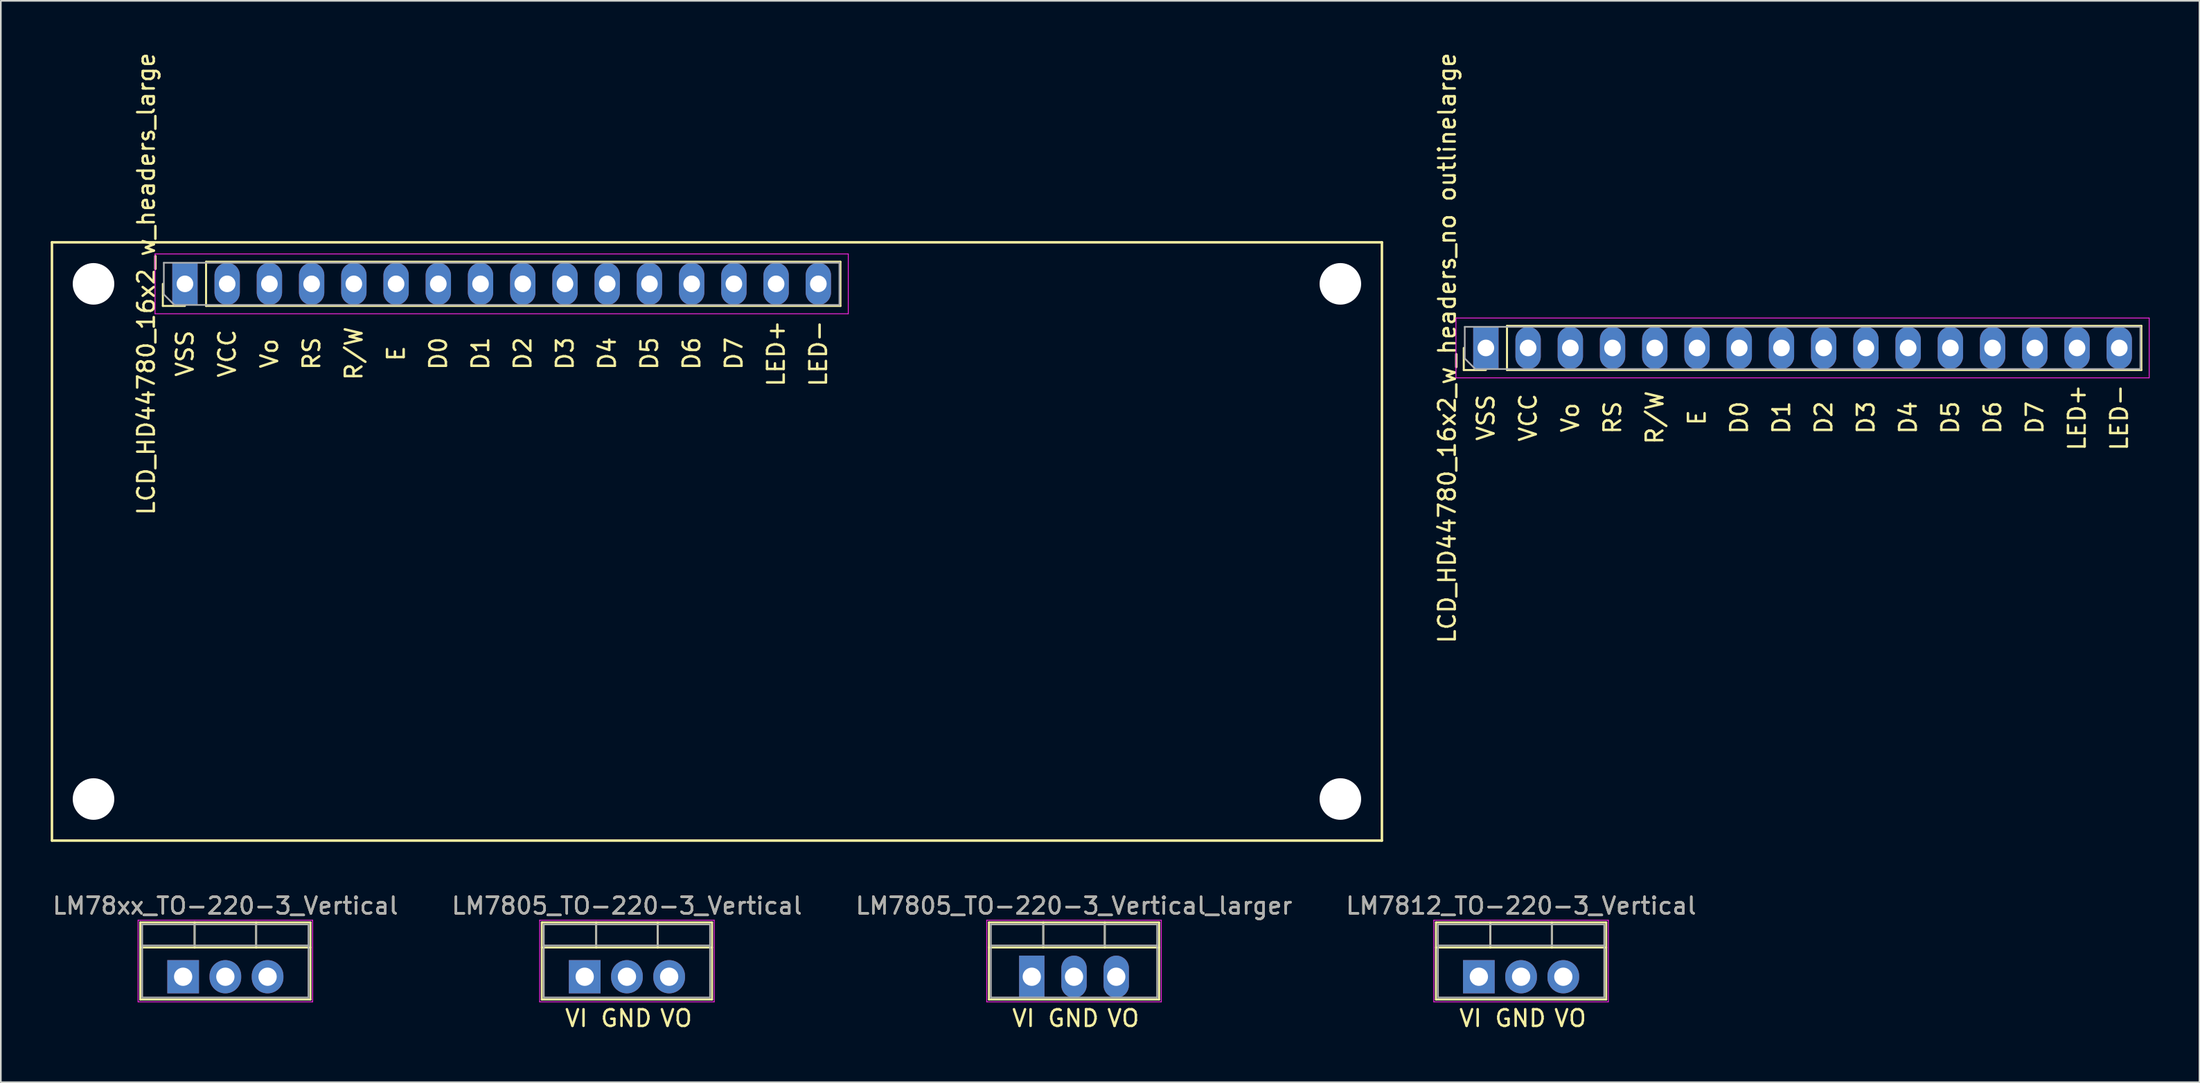
<source format=kicad_pcb>
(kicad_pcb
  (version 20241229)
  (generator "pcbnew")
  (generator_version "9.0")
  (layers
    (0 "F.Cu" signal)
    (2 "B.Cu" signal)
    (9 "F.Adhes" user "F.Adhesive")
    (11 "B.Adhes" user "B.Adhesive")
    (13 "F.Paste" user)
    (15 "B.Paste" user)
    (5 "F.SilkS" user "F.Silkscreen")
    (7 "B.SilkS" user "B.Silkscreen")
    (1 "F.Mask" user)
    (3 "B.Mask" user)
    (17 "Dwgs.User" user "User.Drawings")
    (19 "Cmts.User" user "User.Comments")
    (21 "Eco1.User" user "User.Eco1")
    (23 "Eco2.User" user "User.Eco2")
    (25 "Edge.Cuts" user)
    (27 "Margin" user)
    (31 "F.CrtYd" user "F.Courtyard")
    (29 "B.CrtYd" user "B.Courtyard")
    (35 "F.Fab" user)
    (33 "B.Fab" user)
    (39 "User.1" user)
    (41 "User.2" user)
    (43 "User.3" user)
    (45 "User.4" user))
  (footprint "LCD_HD44780_16x2_w_headers_no outlinelarge"
    (layer "F.Cu")
    (at 86.328 17.887)
    (property "Reference" "LCD_HD44780_16x2_w_headers_no outlinelarge" (at -2.33 0 90) (layer "F.SilkS") (effects (font (size 1 1) (thickness 0.15))))
    (attr through_hole)
    (fp_line (start -1.33 1.33) (end -1.33 0) (stroke (width 0.12) (type solid)) (layer "F.SilkS"))
    (fp_line (start 0 1.33) (end -1.33 1.33) (stroke (width 0.12) (type solid)) (layer "F.SilkS"))
    (fp_line (start 1.27 -1.33) (end 39.43 -1.33) (stroke (width 0.12) (type solid)) (layer "F.SilkS"))
    (fp_line (start 1.27 1.33) (end 1.27 -1.33) (stroke (width 0.12) (type solid)) (layer "F.SilkS"))
    (fp_line (start 1.27 1.33) (end 39.43 1.33) (stroke (width 0.12) (type solid)) (layer "F.SilkS"))
    (fp_line (start 39.43 1.33) (end 39.43 -1.33) (stroke (width 0.12) (type solid)) (layer "F.SilkS"))
    (fp_line (start -1.8 -1.8) (end -1.8 1.8) (stroke (width 0.05) (type solid)) (layer "F.CrtYd"))
    (fp_line (start -1.8 1.8) (end 39.9 1.8) (stroke (width 0.05) (type solid)) (layer "F.CrtYd"))
    (fp_line (start 39.9 -1.8) (end -1.8 -1.8) (stroke (width 0.05) (type solid)) (layer "F.CrtYd"))
    (fp_line (start 39.9 1.8) (end 39.9 -1.8) (stroke (width 0.05) (type solid)) (layer "F.CrtYd"))
    (fp_line (start -1.27 -1.27) (end 39.37 -1.27) (stroke (width 0.1) (type solid)) (layer "F.Fab"))
    (fp_line (start -1.27 0.635) (end -1.27 -1.27) (stroke (width 0.1) (type solid)) (layer "F.Fab"))
    (fp_line (start -0.635 1.27) (end -1.27 0.635) (stroke (width 0.1) (type solid)) (layer "F.Fab"))
    (fp_line (start 39.37 -1.27) (end 39.37 1.27) (stroke (width 0.1) (type solid)) (layer "F.Fab"))
    (fp_line (start 39.37 1.27) (end -0.635 1.27) (stroke (width 0.1) (type solid)) (layer "F.Fab"))
    (fp_text user "Vo" (at 5.08 4.19 90) (layer "F.SilkS") (effects (font (size 1 1) (thickness 0.15))))
    (fp_text user "D5" (at 27.94 4.19 90) (layer "F.SilkS") (effects (font (size 1 1) (thickness 0.15))))
    (fp_text user "E" (at 12.7 4.19 90) (layer "F.SilkS") (effects (font (size 1 1) (thickness 0.15))))
    (fp_text user "D2" (at 20.32 4.19 90) (layer "F.SilkS") (effects (font (size 1 1) (thickness 0.15))))
    (fp_text user "D4" (at 25.4 4.19 90) (layer "F.SilkS") (effects (font (size 1 1) (thickness 0.15))))
    (fp_text user "D7" (at 33.02 4.19 90) (layer "F.SilkS") (effects (font (size 1 1) (thickness 0.15))))
    (fp_text user "LED+" (at 35.56 4.19 90) (layer "F.SilkS") (effects (font (size 1 1) (thickness 0.15))))
    (fp_text user "D0" (at 15.24 4.19 90) (layer "F.SilkS") (effects (font (size 1 1) (thickness 0.15))))
    (fp_text user "RS" (at 7.62 4.19 90) (layer "F.SilkS") (effects (font (size 1 1) (thickness 0.15))))
    (fp_text user "LED-" (at 38.1 4.19 90) (layer "F.SilkS") (effects (font (size 1 1) (thickness 0.15))))
    (fp_text user "R/W" (at 10.16 4.19 90) (layer "F.SilkS") (effects (font (size 1 1) (thickness 0.15))))
    (fp_text user "VSS" (at 0 4.19 90) (layer "F.SilkS") (effects (font (size 1 1) (thickness 0.15))))
    (fp_text user "VCC" (at 2.54 4.19 90) (layer "F.SilkS") (effects (font (size 1 1) (thickness 0.15))))
    (fp_text user "D6" (at 30.48 4.19 90) (layer "F.SilkS") (effects (font (size 1 1) (thickness 0.15))))
    (fp_text user "D1" (at 17.78 4.19 90) (layer "F.SilkS") (effects (font (size 1 1) (thickness 0.15))))
    (fp_text user "D3" (at 22.86 4.19 90) (layer "F.SilkS") (effects (font (size 1 1) (thickness 0.15))))
    (pad "1" thru_hole rect (at 0 0 90) (size 2.54 1.524) (drill 1) (layers "*.Cu" "*.Mask"))
    (pad "2" thru_hole oval (at 2.54 0 90) (size 2.54 1.524) (drill 1) (layers "*.Cu" "*.Mask"))
    (pad "3" thru_hole oval (at 5.08 0 90) (size 2.54 1.524) (drill 1) (layers "*.Cu" "*.Mask"))
    (pad "4" thru_hole oval (at 7.62 0 90) (size 2.54 1.524) (drill 1) (layers "*.Cu" "*.Mask"))
    (pad "5" thru_hole oval (at 10.16 0 90) (size 2.54 1.524) (drill 1) (layers "*.Cu" "*.Mask"))
    (pad "6" thru_hole oval (at 12.7 0 90) (size 2.54 1.524) (drill 1) (layers "*.Cu" "*.Mask"))
    (pad "7" thru_hole oval (at 15.24 0 90) (size 2.54 1.524) (drill 1) (layers "*.Cu" "*.Mask"))
    (pad "8" thru_hole oval (at 17.78 0 90) (size 2.54 1.524) (drill 1) (layers "*.Cu" "*.Mask"))
    (pad "9" thru_hole oval (at 20.32 0 90) (size 2.54 1.524) (drill 1) (layers "*.Cu" "*.Mask"))
    (pad "10" thru_hole oval (at 22.86 0 90) (size 2.54 1.524) (drill 1) (layers "*.Cu" "*.Mask"))
    (pad "11" thru_hole oval (at 25.4 0 90) (size 2.54 1.524) (drill 1) (layers "*.Cu" "*.Mask"))
    (pad "12" thru_hole oval (at 27.94 0 90) (size 2.54 1.524) (drill 1) (layers "*.Cu" "*.Mask"))
    (pad "13" thru_hole oval (at 30.48 0 90) (size 2.54 1.524) (drill 1) (layers "*.Cu" "*.Mask"))
    (pad "14" thru_hole oval (at 33.02 0 90) (size 2.54 1.524) (drill 1) (layers "*.Cu" "*.Mask"))
    (pad "15" thru_hole oval (at 35.56 0 90) (size 2.54 1.524) (drill 1) (layers "*.Cu" "*.Mask"))
    (pad "16" thru_hole oval (at 38.1 0 90) (size 2.54 1.524) (drill 1) (layers "*.Cu" "*.Mask")))
  (footprint "LM7805_TO-220-3_Vertical_larger"
    (layer "F.Cu")
    (at 59.014 55.723)
    (property "Reference" "LM7805_TO-220-3_Vertical_larger" (at 2.54 -4.27 0) (layer "F.SilkS") (effects (font (size 1 1) (thickness 0.15))))
    (attr through_hole)
    (fp_line (start -2.58 -3.27) (end -2.58 1.371) (stroke (width 0.12) (type solid)) (layer "F.SilkS"))
    (fp_line (start -2.58 -3.27) (end 7.66 -3.27) (stroke (width 0.12) (type solid)) (layer "F.SilkS"))
    (fp_line (start -2.58 -1.76) (end 7.66 -1.76) (stroke (width 0.12) (type solid)) (layer "F.SilkS"))
    (fp_line (start -2.58 1.371) (end 7.66 1.371) (stroke (width 0.12) (type solid)) (layer "F.SilkS"))
    (fp_line (start 0.69 -3.27) (end 0.69 -1.76) (stroke (width 0.12) (type solid)) (layer "F.SilkS"))
    (fp_line (start 4.391 -3.27) (end 4.391 -1.76) (stroke (width 0.12) (type solid)) (layer "F.SilkS"))
    (fp_line (start 7.66 -3.27) (end 7.66 1.371) (stroke (width 0.12) (type solid)) (layer "F.SilkS"))
    (fp_line (start -2.71 -3.4) (end -2.71 1.51) (stroke (width 0.05) (type solid)) (layer "F.CrtYd"))
    (fp_line (start -2.71 1.51) (end 7.79 1.51) (stroke (width 0.05) (type solid)) (layer "F.CrtYd"))
    (fp_line (start 7.79 -3.4) (end -2.71 -3.4) (stroke (width 0.05) (type solid)) (layer "F.CrtYd"))
    (fp_line (start 7.79 1.51) (end 7.79 -3.4) (stroke (width 0.05) (type solid)) (layer "F.CrtYd"))
    (fp_line (start -2.46 -3.15) (end -2.46 1.25) (stroke (width 0.1) (type solid)) (layer "F.Fab"))
    (fp_line (start -2.46 -1.88) (end 7.54 -1.88) (stroke (width 0.1) (type solid)) (layer "F.Fab"))
    (fp_line (start -2.46 1.25) (end 7.54 1.25) (stroke (width 0.1) (type solid)) (layer "F.Fab"))
    (fp_line (start 0.69 -3.15) (end 0.69 -1.88) (stroke (width 0.1) (type solid)) (layer "F.Fab"))
    (fp_line (start 4.39 -3.15) (end 4.39 -1.88) (stroke (width 0.1) (type solid)) (layer "F.Fab"))
    (fp_line (start 7.54 -3.15) (end -2.46 -3.15) (stroke (width 0.1) (type solid)) (layer "F.Fab"))
    (fp_line (start 7.54 1.25) (end 7.54 -3.15) (stroke (width 0.1) (type solid)) (layer "F.Fab"))
    (fp_text user "GND" (at 2.5 2.5 0) (layer "F.SilkS") (effects (font (size 1 1) (thickness 0.15))))
    (fp_text user "VI" (at -0.5 2.5 0) (layer "F.SilkS") (effects (font (size 1 1) (thickness 0.15))))
    (fp_text user "VO" (at 5.5 2.5 0) (layer "F.SilkS") (effects (font (size 1 1) (thickness 0.15))))
    (fp_text user "${REFERENCE}" (at 2.54 -4.27 0) (layer "F.Fab") (effects (font (size 1 1) (thickness 0.15))))
    (pad "1" thru_hole rect (at 0 0) (size 1.524 2.54) (drill 1.1) (layers "*.Cu" "*.Mask"))
    (pad "2" thru_hole oval (at 2.54 0) (size 1.524 2.54) (drill 1.1) (layers "*.Cu" "*.Mask"))
    (pad "3" thru_hole oval (at 5.08 0) (size 1.524 2.54) (drill 1.1) (layers "*.Cu" "*.Mask")))
  (footprint "LCD_HD44780_16x2_w_headers_large"
    (layer "F.Cu")
    (at 8.075 14.03)
    (property "Reference" "LCD_HD44780_16x2_w_headers_large" (at -2.33 0 90) (layer "F.SilkS") (effects (font (size 1 1) (thickness 0.15))))
    (attr through_hole)
    (fp_line (start -8 -2.5) (end -8 33.5) (stroke (width 0.15) (type solid)) (layer "F.SilkS"))
    (fp_line (start -8 33.5) (end 72 33.5) (stroke (width 0.15) (type solid)) (layer "F.SilkS"))
    (fp_line (start -1.33 1.33) (end -1.33 0) (stroke (width 0.12) (type solid)) (layer "F.SilkS"))
    (fp_line (start 0 1.33) (end -1.33 1.33) (stroke (width 0.12) (type solid)) (layer "F.SilkS"))
    (fp_line (start 1.27 -1.33) (end 39.43 -1.33) (stroke (width 0.12) (type solid)) (layer "F.SilkS"))
    (fp_line (start 1.27 1.33) (end 1.27 -1.33) (stroke (width 0.12) (type solid)) (layer "F.SilkS"))
    (fp_line (start 1.27 1.33) (end 39.43 1.33) (stroke (width 0.12) (type solid)) (layer "F.SilkS"))
    (fp_line (start 39.43 1.33) (end 39.43 -1.33) (stroke (width 0.12) (type solid)) (layer "F.SilkS"))
    (fp_line (start 72 -2.5) (end -8 -2.5) (stroke (width 0.15) (type solid)) (layer "F.SilkS"))
    (fp_line (start 72 33.5) (end 72 -2.5) (stroke (width 0.15) (type solid)) (layer "F.SilkS"))
    (fp_line (start -1.8 -1.8) (end -1.8 1.8) (stroke (width 0.05) (type solid)) (layer "F.CrtYd"))
    (fp_line (start -1.8 1.8) (end 39.9 1.8) (stroke (width 0.05) (type solid)) (layer "F.CrtYd"))
    (fp_line (start 39.9 -1.8) (end -1.8 -1.8) (stroke (width 0.05) (type solid)) (layer "F.CrtYd"))
    (fp_line (start 39.9 1.8) (end 39.9 -1.8) (stroke (width 0.05) (type solid)) (layer "F.CrtYd"))
    (fp_line (start -1.27 -1.27) (end 39.37 -1.27) (stroke (width 0.1) (type solid)) (layer "F.Fab"))
    (fp_line (start -1.27 0.635) (end -1.27 -1.27) (stroke (width 0.1) (type solid)) (layer "F.Fab"))
    (fp_line (start -0.635 1.27) (end -1.27 0.635) (stroke (width 0.1) (type solid)) (layer "F.Fab"))
    (fp_line (start 39.37 -1.27) (end 39.37 1.27) (stroke (width 0.1) (type solid)) (layer "F.Fab"))
    (fp_line (start 39.37 1.27) (end -0.635 1.27) (stroke (width 0.1) (type solid)) (layer "F.Fab"))
    (fp_text user "D1" (at 17.78 4.19 90) (layer "F.SilkS") (effects (font (size 1 1) (thickness 0.15))))
    (fp_text user "D5" (at 27.94 4.19 90) (layer "F.SilkS") (effects (font (size 1 1) (thickness 0.15))))
    (fp_text user "E" (at 12.7 4.19 90) (layer "F.SilkS") (effects (font (size 1 1) (thickness 0.15))))
    (fp_text user "RS" (at 7.62 4.19 90) (layer "F.SilkS") (effects (font (size 1 1) (thickness 0.15))))
    (fp_text user "LED-" (at 38.1 4.19 90) (layer "F.SilkS") (effects (font (size 1 1) (thickness 0.15))))
    (fp_text user "VSS" (at 0 4.19 90) (layer "F.SilkS") (effects (font (size 1 1) (thickness 0.15))))
    (fp_text user "R/W" (at 10.16 4.19 90) (layer "F.SilkS") (effects (font (size 1 1) (thickness 0.15))))
    (fp_text user "D2" (at 20.32 4.19 90) (layer "F.SilkS") (effects (font (size 1 1) (thickness 0.15))))
    (fp_text user "D0" (at 15.24 4.19 90) (layer "F.SilkS") (effects (font (size 1 1) (thickness 0.15))))
    (fp_text user "D3" (at 22.86 4.19 90) (layer "F.SilkS") (effects (font (size 1 1) (thickness 0.15))))
    (fp_text user "D7" (at 33.02 4.19 90) (layer "F.SilkS") (effects (font (size 1 1) (thickness 0.15))))
    (fp_text user "LED+" (at 35.56 4.19 90) (layer "F.SilkS") (effects (font (size 1 1) (thickness 0.15))))
    (fp_text user "D6" (at 30.48 4.19 90) (layer "F.SilkS") (effects (font (size 1 1) (thickness 0.15))))
    (fp_text user "VCC" (at 2.54 4.19 90) (layer "F.SilkS") (effects (font (size 1 1) (thickness 0.15))))
    (fp_text user "Vo" (at 5.08 4.19 90) (layer "F.SilkS") (effects (font (size 1 1) (thickness 0.15))))
    (fp_text user "D4" (at 25.4 4.19 90) (layer "F.SilkS") (effects (font (size 1 1) (thickness 0.15))))
    (pad "" np_thru_hole circle (at -5.5 0) (size 2.5 2.5) (drill 2.5) (layers "*.Cu" "*.Mask"))
    (pad "" np_thru_hole circle (at -5.5 31) (size 2.5 2.5) (drill 2.5) (layers "*.Cu" "*.Mask"))
    (pad "" np_thru_hole circle (at 69.5 0) (size 2.5 2.5) (drill 2.5) (layers "*.Cu" "*.Mask"))
    (pad "" np_thru_hole circle (at 69.5 31) (size 2.5 2.5) (drill 2.5) (layers "*.Cu" "*.Mask"))
    (pad "1" thru_hole rect (at 0 0 90) (size 2.54 1.524) (drill 1) (layers "*.Cu" "*.Mask"))
    (pad "2" thru_hole oval (at 2.54 0 90) (size 2.54 1.524) (drill 1) (layers "*.Cu" "*.Mask"))
    (pad "3" thru_hole oval (at 5.08 0 90) (size 2.54 1.524) (drill 1) (layers "*.Cu" "*.Mask"))
    (pad "4" thru_hole oval (at 7.62 0 90) (size 2.54 1.524) (drill 1) (layers "*.Cu" "*.Mask"))
    (pad "5" thru_hole oval (at 10.16 0 90) (size 2.54 1.524) (drill 1) (layers "*.Cu" "*.Mask"))
    (pad "6" thru_hole oval (at 12.7 0 90) (size 2.54 1.524) (drill 1) (layers "*.Cu" "*.Mask"))
    (pad "7" thru_hole oval (at 15.24 0 90) (size 2.54 1.524) (drill 1) (layers "*.Cu" "*.Mask"))
    (pad "8" thru_hole oval (at 17.78 0 90) (size 2.54 1.524) (drill 1) (layers "*.Cu" "*.Mask"))
    (pad "9" thru_hole oval (at 20.32 0 90) (size 2.54 1.524) (drill 1) (layers "*.Cu" "*.Mask"))
    (pad "10" thru_hole oval (at 22.86 0 90) (size 2.54 1.524) (drill 1) (layers "*.Cu" "*.Mask"))
    (pad "11" thru_hole oval (at 25.4 0 90) (size 2.54 1.524) (drill 1) (layers "*.Cu" "*.Mask"))
    (pad "12" thru_hole oval (at 27.94 0 90) (size 2.54 1.524) (drill 1) (layers "*.Cu" "*.Mask"))
    (pad "13" thru_hole oval (at 30.48 0 90) (size 2.54 1.524) (drill 1) (layers "*.Cu" "*.Mask"))
    (pad "14" thru_hole oval (at 33.02 0 90) (size 2.54 1.524) (drill 1) (layers "*.Cu" "*.Mask"))
    (pad "15" thru_hole oval (at 35.56 0 90) (size 2.54 1.524) (drill 1) (layers "*.Cu" "*.Mask"))
    (pad "16" thru_hole oval (at 38.1 0 90) (size 2.54 1.524) (drill 1) (layers "*.Cu" "*.Mask")))
  (footprint "LM7805_TO-220-3_Vertical"
    (layer "F.Cu")
    (at 32.121 55.723)
    (property "Reference" "LM7805_TO-220-3_Vertical" (at 2.54 -4.27 0) (layer "F.SilkS") (effects (font (size 1 1) (thickness 0.15))))
    (attr through_hole)
    (fp_line (start -2.58 -3.27) (end -2.58 1.371) (stroke (width 0.12) (type solid)) (layer "F.SilkS"))
    (fp_line (start -2.58 -3.27) (end 7.66 -3.27) (stroke (width 0.12) (type solid)) (layer "F.SilkS"))
    (fp_line (start -2.58 -1.76) (end 7.66 -1.76) (stroke (width 0.12) (type solid)) (layer "F.SilkS"))
    (fp_line (start -2.58 1.371) (end 7.66 1.371) (stroke (width 0.12) (type solid)) (layer "F.SilkS"))
    (fp_line (start 0.69 -3.27) (end 0.69 -1.76) (stroke (width 0.12) (type solid)) (layer "F.SilkS"))
    (fp_line (start 4.391 -3.27) (end 4.391 -1.76) (stroke (width 0.12) (type solid)) (layer "F.SilkS"))
    (fp_line (start 7.66 -3.27) (end 7.66 1.371) (stroke (width 0.12) (type solid)) (layer "F.SilkS"))
    (fp_line (start -2.71 -3.4) (end -2.71 1.51) (stroke (width 0.05) (type solid)) (layer "F.CrtYd"))
    (fp_line (start -2.71 1.51) (end 7.79 1.51) (stroke (width 0.05) (type solid)) (layer "F.CrtYd"))
    (fp_line (start 7.79 -3.4) (end -2.71 -3.4) (stroke (width 0.05) (type solid)) (layer "F.CrtYd"))
    (fp_line (start 7.79 1.51) (end 7.79 -3.4) (stroke (width 0.05) (type solid)) (layer "F.CrtYd"))
    (fp_line (start -2.46 -3.15) (end -2.46 1.25) (stroke (width 0.1) (type solid)) (layer "F.Fab"))
    (fp_line (start -2.46 -1.88) (end 7.54 -1.88) (stroke (width 0.1) (type solid)) (layer "F.Fab"))
    (fp_line (start -2.46 1.25) (end 7.54 1.25) (stroke (width 0.1) (type solid)) (layer "F.Fab"))
    (fp_line (start 0.69 -3.15) (end 0.69 -1.88) (stroke (width 0.1) (type solid)) (layer "F.Fab"))
    (fp_line (start 4.39 -3.15) (end 4.39 -1.88) (stroke (width 0.1) (type solid)) (layer "F.Fab"))
    (fp_line (start 7.54 -3.15) (end -2.46 -3.15) (stroke (width 0.1) (type solid)) (layer "F.Fab"))
    (fp_line (start 7.54 1.25) (end 7.54 -3.15) (stroke (width 0.1) (type solid)) (layer "F.Fab"))
    (fp_text user "GND" (at 2.5 2.5 0) (layer "F.SilkS") (effects (font (size 1 1) (thickness 0.15))))
    (fp_text user "VI" (at -0.5 2.5 0) (layer "F.SilkS") (effects (font (size 1 1) (thickness 0.15))))
    (fp_text user "VO" (at 5.5 2.5 0) (layer "F.SilkS") (effects (font (size 1 1) (thickness 0.15))))
    (fp_text user "${REFERENCE}" (at 2.54 -4.27 0) (layer "F.Fab") (effects (font (size 1 1) (thickness 0.15))))
    (pad "1" thru_hole rect (at 0 0) (size 1.905 2) (drill 1.1) (layers "*.Cu" "*.Mask"))
    (pad "2" thru_hole oval (at 2.54 0) (size 1.905 2) (drill 1.1) (layers "*.Cu" "*.Mask"))
    (pad "3" thru_hole oval (at 5.08 0) (size 1.905 2) (drill 1.1) (layers "*.Cu" "*.Mask")))
  (footprint "LM7812_TO-220-3_Vertical"
    (layer "F.Cu")
    (at 85.906 55.723)
    (property "Reference" "LM7812_TO-220-3_Vertical" (at 2.54 -4.27 0) (layer "F.SilkS") (effects (font (size 1 1) (thickness 0.15))))
    (attr through_hole)
    (fp_line (start -2.58 -3.27) (end -2.58 1.371) (stroke (width 0.12) (type solid)) (layer "F.SilkS"))
    (fp_line (start -2.58 -3.27) (end 7.66 -3.27) (stroke (width 0.12) (type solid)) (layer "F.SilkS"))
    (fp_line (start -2.58 -1.76) (end 7.66 -1.76) (stroke (width 0.12) (type solid)) (layer "F.SilkS"))
    (fp_line (start -2.58 1.371) (end 7.66 1.371) (stroke (width 0.12) (type solid)) (layer "F.SilkS"))
    (fp_line (start 0.69 -3.27) (end 0.69 -1.76) (stroke (width 0.12) (type solid)) (layer "F.SilkS"))
    (fp_line (start 4.391 -3.27) (end 4.391 -1.76) (stroke (width 0.12) (type solid)) (layer "F.SilkS"))
    (fp_line (start 7.66 -3.27) (end 7.66 1.371) (stroke (width 0.12) (type solid)) (layer "F.SilkS"))
    (fp_line (start -2.71 -3.4) (end -2.71 1.51) (stroke (width 0.05) (type solid)) (layer "F.CrtYd"))
    (fp_line (start -2.71 1.51) (end 7.79 1.51) (stroke (width 0.05) (type solid)) (layer "F.CrtYd"))
    (fp_line (start 7.79 -3.4) (end -2.71 -3.4) (stroke (width 0.05) (type solid)) (layer "F.CrtYd"))
    (fp_line (start 7.79 1.51) (end 7.79 -3.4) (stroke (width 0.05) (type solid)) (layer "F.CrtYd"))
    (fp_line (start -2.46 -3.15) (end -2.46 1.25) (stroke (width 0.1) (type solid)) (layer "F.Fab"))
    (fp_line (start -2.46 -1.88) (end 7.54 -1.88) (stroke (width 0.1) (type solid)) (layer "F.Fab"))
    (fp_line (start -2.46 1.25) (end 7.54 1.25) (stroke (width 0.1) (type solid)) (layer "F.Fab"))
    (fp_line (start 0.69 -3.15) (end 0.69 -1.88) (stroke (width 0.1) (type solid)) (layer "F.Fab"))
    (fp_line (start 4.39 -3.15) (end 4.39 -1.88) (stroke (width 0.1) (type solid)) (layer "F.Fab"))
    (fp_line (start 7.54 -3.15) (end -2.46 -3.15) (stroke (width 0.1) (type solid)) (layer "F.Fab"))
    (fp_line (start 7.54 1.25) (end 7.54 -3.15) (stroke (width 0.1) (type solid)) (layer "F.Fab"))
    (fp_text user "VO" (at 5.5 2.5 0) (layer "F.SilkS") (effects (font (size 1 1) (thickness 0.15))))
    (fp_text user "GND" (at 2.5 2.5 0) (layer "F.SilkS") (effects (font (size 1 1) (thickness 0.15))))
    (fp_text user "VI" (at -0.5 2.5 0) (layer "F.SilkS") (effects (font (size 1 1) (thickness 0.15))))
    (fp_text user "${REFERENCE}" (at 2.54 -4.27 0) (layer "F.Fab") (effects (font (size 1 1) (thickness 0.15))))
    (pad "1" thru_hole rect (at 0 0) (size 1.905 2) (drill 1.1) (layers "*.Cu" "*.Mask"))
    (pad "2" thru_hole oval (at 2.54 0) (size 1.905 2) (drill 1.1) (layers "*.Cu" "*.Mask"))
    (pad "3" thru_hole oval (at 5.08 0) (size 1.905 2) (drill 1.1) (layers "*.Cu" "*.Mask")))
  (footprint "LM78xx_TO-220-3_Vertical"
    (layer "F.Cu")
    (at 7.966 55.723)
    (property "Reference" "LM78xx_TO-220-3_Vertical" (at 2.54 -4.27 0) (layer "F.SilkS") (effects (font (size 1 1) (thickness 0.15))))
    (attr through_hole)
    (fp_line (start -2.58 -3.27) (end -2.58 1.371) (stroke (width 0.12) (type solid)) (layer "F.SilkS"))
    (fp_line (start -2.58 -3.27) (end 7.66 -3.27) (stroke (width 0.12) (type solid)) (layer "F.SilkS"))
    (fp_line (start -2.58 -1.76) (end 7.66 -1.76) (stroke (width 0.12) (type solid)) (layer "F.SilkS"))
    (fp_line (start -2.58 1.371) (end 7.66 1.371) (stroke (width 0.12) (type solid)) (layer "F.SilkS"))
    (fp_line (start 0.69 -3.27) (end 0.69 -1.76) (stroke (width 0.12) (type solid)) (layer "F.SilkS"))
    (fp_line (start 4.391 -3.27) (end 4.391 -1.76) (stroke (width 0.12) (type solid)) (layer "F.SilkS"))
    (fp_line (start 7.66 -3.27) (end 7.66 1.371) (stroke (width 0.12) (type solid)) (layer "F.SilkS"))
    (fp_line (start -2.71 -3.4) (end -2.71 1.51) (stroke (width 0.05) (type solid)) (layer "F.CrtYd"))
    (fp_line (start -2.71 1.51) (end 7.79 1.51) (stroke (width 0.05) (type solid)) (layer "F.CrtYd"))
    (fp_line (start 7.79 -3.4) (end -2.71 -3.4) (stroke (width 0.05) (type solid)) (layer "F.CrtYd"))
    (fp_line (start 7.79 1.51) (end 7.79 -3.4) (stroke (width 0.05) (type solid)) (layer "F.CrtYd"))
    (fp_line (start -2.46 -3.15) (end -2.46 1.25) (stroke (width 0.1) (type solid)) (layer "F.Fab"))
    (fp_line (start -2.46 -1.88) (end 7.54 -1.88) (stroke (width 0.1) (type solid)) (layer "F.Fab"))
    (fp_line (start -2.46 1.25) (end 7.54 1.25) (stroke (width 0.1) (type solid)) (layer "F.Fab"))
    (fp_line (start 0.69 -3.15) (end 0.69 -1.88) (stroke (width 0.1) (type solid)) (layer "F.Fab"))
    (fp_line (start 4.39 -3.15) (end 4.39 -1.88) (stroke (width 0.1) (type solid)) (layer "F.Fab"))
    (fp_line (start 7.54 -3.15) (end -2.46 -3.15) (stroke (width 0.1) (type solid)) (layer "F.Fab"))
    (fp_line (start 7.54 1.25) (end 7.54 -3.15) (stroke (width 0.1) (type solid)) (layer "F.Fab"))
    (fp_text user "${REFERENCE}" (at 2.54 -4.27 0) (layer "F.Fab") (effects (font (size 1 1) (thickness 0.15))))
    (pad "1" thru_hole rect (at 0 0) (size 1.905 2) (drill 1.1) (layers "*.Cu" "*.Mask"))
    (pad "2" thru_hole oval (at 2.54 0) (size 1.905 2) (drill 1.1) (layers "*.Cu" "*.Mask"))
    (pad "3" thru_hole oval (at 5.08 0) (size 1.905 2) (drill 1.1) (layers "*.Cu" "*.Mask")))
  (gr_rect
    (start -3 -3)
    (end 129.253 62.071)
    (stroke (width 0.1) (type default))
    (fill no)
    (layer "Edge.Cuts")))
</source>
